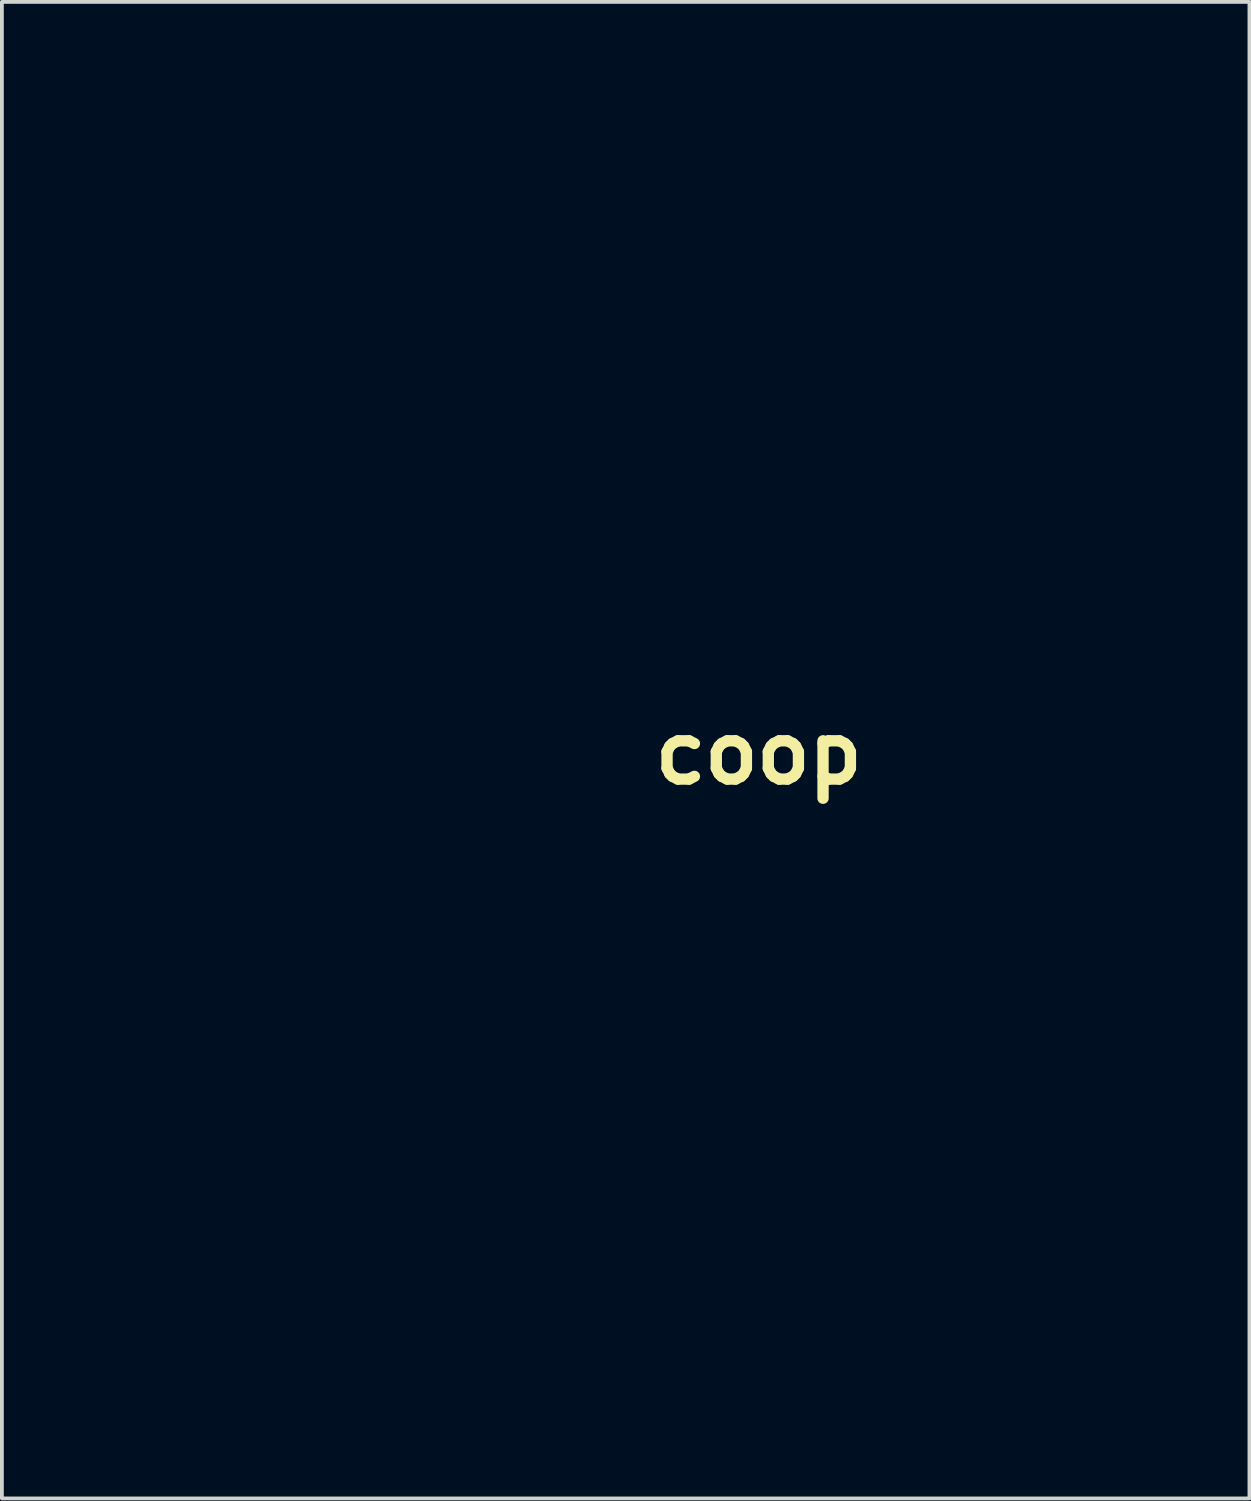
<source format=kicad_pcb>
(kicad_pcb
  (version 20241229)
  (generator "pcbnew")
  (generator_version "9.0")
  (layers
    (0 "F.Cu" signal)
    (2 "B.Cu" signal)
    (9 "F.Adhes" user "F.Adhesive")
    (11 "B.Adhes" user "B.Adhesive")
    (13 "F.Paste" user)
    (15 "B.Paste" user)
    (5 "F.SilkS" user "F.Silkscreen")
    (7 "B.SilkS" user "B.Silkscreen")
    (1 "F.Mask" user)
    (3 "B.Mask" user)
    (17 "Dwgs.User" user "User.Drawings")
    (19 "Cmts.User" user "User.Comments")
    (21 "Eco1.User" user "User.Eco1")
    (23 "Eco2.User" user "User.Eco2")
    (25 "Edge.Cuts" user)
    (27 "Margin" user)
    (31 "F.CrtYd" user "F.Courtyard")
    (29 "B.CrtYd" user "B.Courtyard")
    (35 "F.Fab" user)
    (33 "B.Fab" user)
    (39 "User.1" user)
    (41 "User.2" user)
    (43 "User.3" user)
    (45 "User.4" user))
  (footprint "coop"
    (layer "F.Cu")
    (at 17.069 16.92)
    (property "Reference" "coop" (at 0 0 0) (layer "F.SilkS") (effects (font (size 1.524 1.524) (thickness 0.3))))
    (attr through_hole)
    (fp_poly (pts (xy -16.933 -14.52) (xy -16.976 -14.478) (xy -17.018 -14.52) (xy -16.976 -14.563) (xy -16.933 -14.52)) (stroke (width 0.01) (type solid)) (fill yes) (layer "F.Mask"))
    (fp_poly (pts (xy -16.933 -2.074) (xy -16.976 -2.032) (xy -17.018 -2.074) (xy -16.976 -2.117) (xy -16.933 -2.074)) (stroke (width 0.01) (type solid)) (fill yes) (layer "F.Mask"))
    (fp_poly (pts (xy -15.409 -3.006) (xy -15.452 -2.963) (xy -15.494 -3.006) (xy -15.452 -3.048) (xy -15.409 -3.006)) (stroke (width 0.01) (type solid)) (fill yes) (layer "F.Mask"))
    (fp_poly (pts (xy -15.155 -6.054) (xy -15.198 -6.011) (xy -15.24 -6.054) (xy -15.198 -6.096) (xy -15.155 -6.054)) (stroke (width 0.01) (type solid)) (fill yes) (layer "F.Mask"))
    (fp_poly (pts (xy -14.563 -10.033) (xy -14.605 -9.991) (xy -14.647 -10.033) (xy -14.605 -10.075) (xy -14.563 -10.033)) (stroke (width 0.01) (type solid)) (fill yes) (layer "F.Mask"))
    (fp_poly (pts (xy -14.478 -7.493) (xy -14.52 -7.451) (xy -14.563 -7.493) (xy -14.52 -7.535) (xy -14.478 -7.493)) (stroke (width 0.01) (type solid)) (fill yes) (layer "F.Mask"))
    (fp_poly (pts (xy -14.309 -8.17) (xy -14.351 -8.128) (xy -14.393 -8.17) (xy -14.351 -8.213) (xy -14.309 -8.17)) (stroke (width 0.01) (type solid)) (fill yes) (layer "F.Mask"))
    (fp_poly (pts (xy -14.139 -7.747) (xy -14.182 -7.705) (xy -14.224 -7.747) (xy -14.182 -7.789) (xy -14.139 -7.747)) (stroke (width 0.01) (type solid)) (fill yes) (layer "F.Mask"))
    (fp_poly (pts (xy -13.97 -8.001) (xy -14.012 -7.959) (xy -14.055 -8.001) (xy -14.012 -8.043) (xy -13.97 -8.001)) (stroke (width 0.01) (type solid)) (fill yes) (layer "F.Mask"))
    (fp_poly (pts (xy -13.123 -16.214) (xy -13.166 -16.171) (xy -13.208 -16.214) (xy -13.166 -16.256) (xy -13.123 -16.214)) (stroke (width 0.01) (type solid)) (fill yes) (layer "F.Mask"))
    (fp_poly (pts (xy -10.837 -14.859) (xy -10.88 -14.817) (xy -10.922 -14.859) (xy -10.88 -14.901) (xy -10.837 -14.859)) (stroke (width 0.01) (type solid)) (fill yes) (layer "F.Mask"))
    (fp_poly (pts (xy 1.016 7.662) (xy 0.974 7.705) (xy 0.931 7.662) (xy 0.974 7.62) (xy 1.016 7.662)) (stroke (width 0.01) (type solid)) (fill yes) (layer "F.Mask"))
    (fp_poly (pts (xy 1.185 8.001) (xy 1.143 8.043) (xy 1.101 8.001) (xy 1.143 7.959) (xy 1.185 8.001)) (stroke (width 0.01) (type solid)) (fill yes) (layer "F.Mask"))
    (fp_poly (pts (xy 1.947 0.55) (xy 1.905 0.593) (xy 1.863 0.55) (xy 1.905 0.508) (xy 1.947 0.55)) (stroke (width 0.01) (type solid)) (fill yes) (layer "F.Mask"))
    (fp_poly (pts (xy 2.709 4.53) (xy 2.667 4.572) (xy 2.625 4.53) (xy 2.667 4.487) (xy 2.709 4.53)) (stroke (width 0.01) (type solid)) (fill yes) (layer "F.Mask"))
    (fp_poly (pts (xy 3.556 -7.07) (xy 3.514 -7.027) (xy 3.471 -7.07) (xy 3.514 -7.112) (xy 3.556 -7.07)) (stroke (width 0.01) (type solid)) (fill yes) (layer "F.Mask"))
    (fp_poly (pts (xy -15.353 -16.905) (xy -15.365 -16.855) (xy -15.409 -16.849) (xy -15.479 -16.88) (xy -15.466 -16.905) (xy -15.365 -16.915) (xy -15.353 -16.905)) (stroke (width 0.01) (type solid)) (fill yes) (layer "F.Mask"))
    (fp_poly (pts (xy -15.184 -14.026) (xy -15.195 -13.976) (xy -15.24 -13.97) (xy -15.31 -14.001) (xy -15.296 -14.026) (xy -15.196 -14.037) (xy -15.184 -14.026)) (stroke (width 0.01) (type solid)) (fill yes) (layer "F.Mask"))
    (fp_poly (pts (xy -14.676 -9.2) (xy -14.687 -9.15) (xy -14.732 -9.144) (xy -14.802 -9.175) (xy -14.788 -9.2) (xy -14.688 -9.211) (xy -14.676 -9.2)) (stroke (width 0.01) (type solid)) (fill yes) (layer "F.Mask"))
    (fp_poly (pts (xy -14.591 -16.82) (xy -14.581 -16.72) (xy -14.591 -16.708) (xy -14.641 -16.719) (xy -14.647 -16.764) (xy -14.616 -16.834) (xy -14.591 -16.82)) (stroke (width 0.01) (type solid)) (fill yes) (layer "F.Mask"))
    (fp_poly (pts (xy -14.506 -10.809) (xy -14.496 -10.709) (xy -14.506 -10.696) (xy -14.557 -10.708) (xy -14.563 -10.753) (xy -14.532 -10.822) (xy -14.506 -10.809)) (stroke (width 0.01) (type solid)) (fill yes) (layer "F.Mask"))
    (fp_poly (pts (xy -14.337 -8.692) (xy -14.327 -8.592) (xy -14.337 -8.58) (xy -14.387 -8.591) (xy -14.393 -8.636) (xy -14.362 -8.706) (xy -14.337 -8.692)) (stroke (width 0.01) (type solid)) (fill yes) (layer "F.Mask"))
    (fp_poly (pts (xy -14.083 -6.83) (xy -14.095 -6.779) (xy -14.139 -6.773) (xy -14.209 -6.804) (xy -14.196 -6.83) (xy -14.095 -6.84) (xy -14.083 -6.83)) (stroke (width 0.01) (type solid)) (fill yes) (layer "F.Mask"))
    (fp_poly (pts (xy -11.795 -14.833) (xy -11.785 -14.7) (xy -11.802 -14.67) (xy -11.841 -14.696) (xy -11.847 -14.781) (xy -11.826 -14.872) (xy -11.795 -14.833)) (stroke (width 0.01) (type solid)) (fill yes) (layer "F.Mask"))
    (fp_poly (pts (xy 1.665 8.495) (xy 1.675 8.595) (xy 1.665 8.608) (xy 1.615 8.596) (xy 1.609 8.551) (xy 1.64 8.482) (xy 1.665 8.495)) (stroke (width 0.01) (type solid)) (fill yes) (layer "F.Mask"))
    (fp_poly (pts (xy 2.004 3.161) (xy 2.014 3.261) (xy 2.004 3.274) (xy 1.953 3.262) (xy 1.947 3.217) (xy 1.978 3.148) (xy 2.004 3.161)) (stroke (width 0.01) (type solid)) (fill yes) (layer "F.Mask"))
    (fp_poly (pts (xy 3.528 10.95) (xy 3.538 11.051) (xy 3.528 11.063) (xy 3.477 11.051) (xy 3.471 11.007) (xy 3.502 10.937) (xy 3.528 10.95)) (stroke (width 0.01) (type solid)) (fill yes) (layer "F.Mask"))
    (fp_poly (pts (xy 6.322 6.04) (xy 6.332 6.14) (xy 6.322 6.152) (xy 6.271 6.141) (xy 6.265 6.096) (xy 6.296 6.026) (xy 6.322 6.04)) (stroke (width 0.01) (type solid)) (fill yes) (layer "F.Mask"))
    (fp_poly (pts (xy -16.896 -5.367) (xy -16.814 -5.263) (xy -16.821 -5.2) (xy -16.909 -5.088) (xy -16.992 -5.125) (xy -17.018 -5.247) (xy -16.976 -5.369) (xy -16.896 -5.367)) (stroke (width 0.01) (type solid)) (fill yes) (layer "F.Mask"))
    (fp_poly (pts (xy -16.767 -7.05) (xy -16.735 -6.989) (xy -16.713 -6.869) (xy -16.77 -6.893) (xy -16.81 -6.948) (xy -16.836 -7.059) (xy -16.825 -7.079) (xy -16.767 -7.05)) (stroke (width 0.01) (type solid)) (fill yes) (layer "F.Mask"))
    (fp_poly (pts (xy -15.871 -4.347) (xy -15.789 -4.267) (xy -15.796 -4.224) (xy -15.869 -4.154) (xy -15.933 -4.238) (xy -15.946 -4.271) (xy -15.942 -4.357) (xy -15.871 -4.347)) (stroke (width 0.01) (type solid)) (fill yes) (layer "F.Mask"))
    (fp_poly (pts (xy -15.278 -9.68) (xy -15.292 -9.614) (xy -15.361 -9.495) (xy -15.405 -9.515) (xy -15.409 -9.562) (xy -15.348 -9.677) (xy -15.326 -9.694) (xy -15.278 -9.68)) (stroke (width 0.01) (type solid)) (fill yes) (layer "F.Mask"))
    (fp_poly (pts (xy -14.609 -12.648) (xy -14.49 -12.579) (xy -14.51 -12.535) (xy -14.558 -12.531) (xy -14.672 -12.592) (xy -14.689 -12.614) (xy -14.675 -12.662) (xy -14.609 -12.648)) (stroke (width 0.01) (type solid)) (fill yes) (layer "F.Mask"))
    (fp_poly (pts (xy 1.426 8.247) (xy 1.517 8.332) (xy 1.498 8.381) (xy 1.487 8.382) (xy 1.415 8.322) (xy 1.389 8.284) (xy 1.379 8.226) (xy 1.426 8.247)) (stroke (width 0.01) (type solid)) (fill yes) (layer "F.Mask"))
    (fp_poly (pts (xy 1.85 8.67) (xy 1.94 8.755) (xy 1.922 8.805) (xy 1.91 8.805) (xy 1.838 8.745) (xy 1.812 8.708) (xy 1.802 8.65) (xy 1.85 8.67)) (stroke (width 0.01) (type solid)) (fill yes) (layer "F.Mask"))
    (fp_poly (pts (xy -16.837 -4.788) (xy -16.791 -4.596) (xy -16.804 -4.526) (xy -16.885 -4.539) (xy -16.9 -4.544) (xy -16.955 -4.643) (xy -16.949 -4.808) (xy -16.904 -5.038) (xy -16.837 -4.788)) (stroke (width 0.01) (type solid)) (fill yes) (layer "F.Mask"))
    (fp_poly (pts (xy -16.246 -6.967) (xy -16.18 -6.829) (xy -16.185 -6.775) (xy -16.252 -6.723) (xy -16.279 -6.74) (xy -16.335 -6.872) (xy -16.341 -6.931) (xy -16.314 -7.012) (xy -16.246 -6.967)) (stroke (width 0.01) (type solid)) (fill yes) (layer "F.Mask"))
    (fp_poly (pts (xy -16.127 -6.119) (xy -16.141 -6.054) (xy -16.201 -5.942) (xy -16.223 -5.927) (xy -16.252 -5.996) (xy -16.256 -6.054) (xy -16.212 -6.166) (xy -16.174 -6.181) (xy -16.127 -6.119)) (stroke (width 0.01) (type solid)) (fill yes) (layer "F.Mask"))
    (fp_poly (pts (xy -16.004 -4.939) (xy -16.002 -4.925) (xy -16.071 -4.862) (xy -16.125 -4.854) (xy -16.211 -4.891) (xy -16.205 -4.925) (xy -16.093 -4.995) (xy -16.082 -4.995) (xy -16.004 -4.939)) (stroke (width 0.01) (type solid)) (fill yes) (layer "F.Mask"))
    (fp_poly (pts (xy -15.523 -3.335) (xy -15.536 -3.302) (xy -15.612 -3.221) (xy -15.626 -3.217) (xy -15.662 -3.283) (xy -15.663 -3.302) (xy -15.598 -3.383) (xy -15.574 -3.387) (xy -15.523 -3.335)) (stroke (width 0.01) (type solid)) (fill yes) (layer "F.Mask"))
    (fp_poly (pts (xy -15.339 -6.135) (xy -15.325 -6.096) (xy -15.393 -6.021) (xy -15.452 -6.011) (xy -15.564 -6.057) (xy -15.579 -6.096) (xy -15.51 -6.171) (xy -15.452 -6.181) (xy -15.339 -6.135)) (stroke (width 0.01) (type solid)) (fill yes) (layer "F.Mask"))
    (fp_poly (pts (xy -15.328 -15.256) (xy -15.325 -15.198) (xy -15.369 -15.085) (xy -15.407 -15.071) (xy -15.453 -15.133) (xy -15.44 -15.198) (xy -15.38 -15.309) (xy -15.358 -15.325) (xy -15.328 -15.256)) (stroke (width 0.01) (type solid)) (fill yes) (layer "F.Mask"))
    (fp_poly (pts (xy -14.651 -9.837) (xy -14.647 -9.779) (xy -14.692 -9.666) (xy -14.729 -9.652) (xy -14.776 -9.714) (xy -14.763 -9.779) (xy -14.703 -9.89) (xy -14.681 -9.906) (xy -14.651 -9.837)) (stroke (width 0.01) (type solid)) (fill yes) (layer "F.Mask"))
    (fp_poly (pts (xy -14.481 -6.712) (xy -14.478 -6.689) (xy -14.507 -6.606) (xy -14.515 -6.604) (xy -14.588 -6.663) (xy -14.605 -6.689) (xy -14.598 -6.767) (xy -14.568 -6.773) (xy -14.481 -6.712)) (stroke (width 0.01) (type solid)) (fill yes) (layer "F.Mask"))
    (fp_poly (pts (xy -14.312 -7.897) (xy -14.309 -7.874) (xy -14.338 -7.792) (xy -14.346 -7.789) (xy -14.418 -7.849) (xy -14.436 -7.874) (xy -14.429 -7.952) (xy -14.398 -7.959) (xy -14.312 -7.897)) (stroke (width 0.01) (type solid)) (fill yes) (layer "F.Mask"))
    (fp_poly (pts (xy -13.01 -14.738) (xy -12.972 -14.583) (xy -13.01 -14.463) (xy -13.068 -14.35) (xy -13.091 -14.377) (xy -13.095 -14.548) (xy -13.076 -14.728) (xy -13.018 -14.744) (xy -13.01 -14.738)) (stroke (width 0.01) (type solid)) (fill yes) (layer "F.Mask"))
    (fp_poly (pts (xy -11.869 -12.317) (xy -11.853 -12.277) (xy -11.914 -12.194) (xy -11.933 -12.192) (xy -12.048 -12.254) (xy -12.065 -12.277) (xy -12.046 -12.349) (xy -11.985 -12.361) (xy -11.869 -12.317)) (stroke (width 0.01) (type solid)) (fill yes) (layer "F.Mask"))
    (fp_poly (pts (xy -5.033 -16.29) (xy -5.08 -16.214) (xy -5.18 -16.109) (xy -5.215 -16.087) (xy -5.216 -16.151) (xy -5.195 -16.214) (xy -5.106 -16.326) (xy -5.061 -16.341) (xy -5.033 -16.29)) (stroke (width 0.01) (type solid)) (fill yes) (layer "F.Mask"))
    (fp_poly (pts (xy 6.646 2.818) (xy 6.668 2.857) (xy 6.628 2.942) (xy 6.519 2.963) (xy 6.385 2.924) (xy 6.371 2.857) (xy 6.475 2.759) (xy 6.519 2.752) (xy 6.646 2.818)) (stroke (width 0.01) (type solid)) (fill yes) (layer "F.Mask"))
    (fp_poly (pts (xy -16.94 -12.496) (xy -16.933 -12.375) (xy -16.955 -12.191) (xy -17.006 -12.108) (xy -17.011 -12.107) (xy -17.06 -12.179) (xy -17.064 -12.322) (xy -17.024 -12.524) (xy -16.975 -12.585) (xy -16.94 -12.496)) (stroke (width 0.01) (type solid)) (fill yes) (layer "F.Mask"))
    (fp_poly (pts (xy -15.428 -16.742) (xy -15.359 -16.666) (xy -15.349 -16.608) (xy -15.389 -16.624) (xy -15.495 -16.614) (xy -15.522 -16.574) (xy -15.56 -16.543) (xy -15.572 -16.616) (xy -15.531 -16.746) (xy -15.428 -16.742)) (stroke (width 0.01) (type solid)) (fill yes) (layer "F.Mask"))
    (fp_poly (pts (xy -14.095 -10.205) (xy -14.089 -10.034) (xy -14.11 -9.816) (xy -14.163 -9.743) (xy -14.235 -9.825) (xy -14.269 -9.915) (xy -14.264 -10.125) (xy -14.207 -10.213) (xy -14.129 -10.269) (xy -14.095 -10.205)) (stroke (width 0.01) (type solid)) (fill yes) (layer "F.Mask"))
    (fp_poly (pts (xy -14.003 -11.388) (xy -13.921 -11.277) (xy -13.834 -11.11) (xy -13.82 -10.993) (xy -13.875 -10.966) (xy -13.95 -11.02) (xy -14.039 -11.19) (xy -14.055 -11.296) (xy -14.047 -11.408) (xy -14.003 -11.388)) (stroke (width 0.01) (type solid)) (fill yes) (layer "F.Mask"))
    (fp_poly (pts (xy 0.598 -7.394) (xy 0.636 -7.299) (xy 0.524 -7.205) (xy 0.517 -7.202) (xy 0.383 -7.152) (xy 0.34 -7.173) (xy 0.382 -7.295) (xy 0.421 -7.365) (xy 0.515 -7.444) (xy 0.598 -7.394)) (stroke (width 0.01) (type solid)) (fill yes) (layer "F.Mask"))
    (fp_poly (pts (xy 1.997 8.961) (xy 2.006 8.966) (xy 2.179 9.082) (xy 2.277 9.2) (xy 2.273 9.266) (xy 2.201 9.23) (xy 2.06 9.109) (xy 2.032 9.081) (xy 1.903 8.949) (xy 1.892 8.915) (xy 1.997 8.961)) (stroke (width 0.01) (type solid)) (fill yes) (layer "F.Mask"))
    (fp_poly (pts (xy 0.731 15.807) (xy 0.879 15.959) (xy 1.063 16.165) (xy 1.249 16.384) (xy 1.402 16.579) (xy 1.419 16.604) (xy 1.48 16.716) (xy 1.408 16.744) (xy 1.358 16.741) (xy 1.215 16.669) (xy 1.03 16.5) (xy 0.917 16.364) (xy 0.737 16.098) (xy 0.634 15.89) (xy 0.62 15.768) (xy 0.656 15.748) (xy 0.731 15.807)) (stroke (width 0.01) (type solid)) (fill yes) (layer "F.Mask"))
    (fp_poly (pts (xy 2.147 1.58) (xy 2.212 1.644) (xy 2.149 1.721) (xy 2.036 1.791) (xy 1.873 1.873) (xy 1.813 1.86) (xy 1.813 1.81) (xy 1.885 1.651) (xy 2.032 1.651) (xy 2.074 1.693) (xy 2.117 1.651) (xy 2.074 1.609) (xy 2.032 1.651) (xy 1.885 1.651) (xy 1.896 1.627) (xy 2.045 1.554) (xy 2.147 1.58)) (stroke (width 0.01) (type solid)) (fill yes) (layer "F.Mask"))
    (fp_poly (pts (xy -0.927 15.291) (xy -0.81 15.369) (xy -0.695 15.538) (xy -0.621 15.804) (xy -0.591 16.108) (xy -0.609 16.393) (xy -0.679 16.601) (xy -0.725 16.651) (xy -0.888 16.752) (xy -0.997 16.758) (xy -1.061 16.651) (xy -1.092 16.412) (xy -1.101 16.024) (xy -1.101 16.002) (xy -1.094 15.667) (xy -1.077 15.407) (xy -1.051 15.261) (xy -1.037 15.243) (xy -0.927 15.291)) (stroke (width 0.01) (type solid)) (fill yes) (layer "F.Mask"))
    (fp_poly (pts (xy 7.147 10.304) (xy 7.2 10.331) (xy 7.395 10.379) (xy 7.65 10.379) (xy 7.685 10.374) (xy 7.867 10.354) (xy 7.896 10.372) (xy 7.832 10.407) (xy 7.602 10.477) (xy 7.472 10.493) (xy 7.33 10.512) (xy 7.296 10.578) (xy 7.37 10.72) (xy 7.493 10.887) (xy 7.647 11.103) (xy 7.698 11.218) (xy 7.654 11.259) (xy 7.628 11.261) (xy 7.545 11.193) (xy 7.419 11.022) (xy 7.345 10.901) (xy 7.211 10.656) (xy 7.11 10.452) (xy 7.085 10.391) (xy 7.066 10.289) (xy 7.147 10.304)) (stroke (width 0.01) (type solid)) (fill yes) (layer "F.Mask"))
    (fp_poly (pts (xy 0.752 12.993) (xy 0.905 13.136) (xy 1.145 13.403) (xy 1.466 13.785) (xy 1.826 14.231) (xy 2.39 14.946) (xy 2.842 15.538) (xy 3.185 16.008) (xy 3.42 16.358) (xy 3.547 16.59) (xy 3.57 16.708) (xy 3.56 16.719) (xy 3.477 16.68) (xy 3.331 16.53) (xy 3.154 16.301) (xy 3.138 16.279) (xy 2.928 15.991) (xy 2.653 15.633) (xy 2.362 15.265) (xy 2.237 15.113) (xy 1.711 14.467) (xy 1.292 13.931) (xy 0.982 13.509) (xy 0.782 13.204) (xy 0.696 13.018) (xy 0.693 12.979) (xy 0.752 12.993)) (stroke (width 0.01) (type solid)) (fill yes) (layer "F.Mask"))
    (fp_poly (pts (xy 0.934 10.367) (xy 1.1 10.553) (xy 1.727 11.32) (xy 2.249 11.969) (xy 2.673 12.509) (xy 3.004 12.949) (xy 3.251 13.298) (xy 3.419 13.565) (xy 3.515 13.76) (xy 3.545 13.891) (xy 3.542 13.921) (xy 3.488 13.947) (xy 3.369 13.817) (xy 3.266 13.664) (xy 3.122 13.454) (xy 2.896 13.15) (xy 2.618 12.789) (xy 2.313 12.405) (xy 2.217 12.287) (xy 1.751 11.71) (xy 1.387 11.248) (xy 1.115 10.89) (xy 0.926 10.623) (xy 0.813 10.434) (xy 0.765 10.31) (xy 0.762 10.282) (xy 0.808 10.262) (xy 0.934 10.367)) (stroke (width 0.01) (type solid)) (fill yes) (layer "F.Mask"))
    (fp_poly (pts (xy 2.448 9.393) (xy 2.567 9.518) (xy 2.675 9.677) (xy 2.722 9.799) (xy 2.792 9.894) (xy 2.89 9.974) (xy 3.015 10.096) (xy 3.048 10.17) (xy 3.096 10.286) (xy 3.215 10.473) (xy 3.27 10.547) (xy 3.387 10.721) (xy 3.426 10.825) (xy 3.412 10.837) (xy 3.333 10.773) (xy 3.18 10.599) (xy 2.978 10.344) (xy 2.811 10.122) (xy 2.604 9.823) (xy 2.45 9.577) (xy 2.392 9.461) (xy 2.413 9.483) (xy 2.455 9.44) (xy 2.413 9.398) (xy 2.378 9.433) (xy 2.367 9.412) (xy 2.363 9.36) (xy 2.448 9.393)) (stroke (width 0.01) (type solid)) (fill yes) (layer "F.Mask"))
    (fp_poly (pts (xy 9.365 -1.001) (xy 9.474 -0.905) (xy 9.598 -0.679) (xy 9.724 -0.363) (xy 9.837 0.007) (xy 9.923 0.392) (xy 9.948 0.55) (xy 9.976 0.769) (xy 9.996 0.945) (xy 10.006 1.113) (xy 10.007 1.309) (xy 10 1.569) (xy 9.984 1.928) (xy 9.961 2.396) (xy 9.936 2.888) (xy 9.909 3.273) (xy 9.873 3.594) (xy 9.82 3.892) (xy 9.742 4.209) (xy 9.63 4.586) (xy 9.477 5.065) (xy 9.398 5.308) (xy 9.306 5.636) (xy 9.214 6.038) (xy 9.129 6.475) (xy 9.058 6.907) (xy 9.007 7.293) (xy 8.983 7.595) (xy 8.992 7.77) (xy 8.987 7.888) (xy 8.955 8.108) (xy 8.907 8.366) (xy 8.853 8.601) (xy 8.837 8.657) (xy 8.742 8.775) (xy 8.549 8.781) (xy 8.245 8.676) (xy 8.021 8.503) (xy 7.926 8.263) (xy 7.955 7.99) (xy 8.1 7.717) (xy 8.356 7.477) (xy 8.488 7.398) (xy 8.651 7.288) (xy 8.721 7.193) (xy 8.721 7.192) (xy 8.657 7.169) (xy 8.5 7.223) (xy 8.471 7.237) (xy 8.231 7.322) (xy 7.963 7.361) (xy 7.728 7.352) (xy 7.585 7.292) (xy 7.578 7.281) (xy 7.597 7.209) (xy 7.657 7.197) (xy 7.766 7.136) (xy 7.781 7.008) (xy 7.7 6.9) (xy 8.551 6.9) (xy 8.594 6.943) (xy 8.636 6.9) (xy 8.594 6.858) (xy 8.551 6.9) (xy 7.7 6.9) (xy 7.696 6.895) (xy 7.643 6.779) (xy 7.649 6.606) (xy 7.651 6.402) (xy 7.598 6.278) (xy 7.552 6.198) (xy 7.627 6.181) (xy 7.829 6.241) (xy 8.015 6.387) (xy 8.122 6.561) (xy 8.128 6.609) (xy 8.164 6.744) (xy 8.213 6.773) (xy 8.294 6.708) (xy 8.297 6.684) (xy 8.349 6.633) (xy 8.382 6.646) (xy 8.454 6.627) (xy 8.467 6.567) (xy 8.419 6.451) (xy 8.375 6.435) (xy 8.309 6.376) (xy 8.313 6.344) (xy 8.299 6.267) (xy 8.215 6.132) (xy 8.047 5.925) (xy 7.786 5.633) (xy 7.77 5.615) (xy 8.492 5.615) (xy 8.55 5.713) (xy 8.655 5.805) (xy 8.698 5.808) (xy 8.706 5.708) (xy 8.678 5.586) (xy 8.608 5.464) (xy 8.53 5.491) (xy 8.492 5.615) (xy 7.77 5.615) (xy 7.42 5.24) (xy 7.255 5.066) (xy 6.92 4.704) (xy 6.698 4.433) (xy 6.575 4.235) (xy 6.538 4.089) (xy 6.552 4.016) (xy 6.598 3.968) (xy 6.698 3.975) (xy 6.877 4.044) (xy 7.161 4.186) (xy 7.397 4.312) (xy 7.853 4.55) (xy 8.17 4.693) (xy 8.348 4.738) (xy 8.389 4.684) (xy 8.296 4.528) (xy 8.069 4.268) (xy 7.711 3.901) (xy 7.705 3.895) (xy 7.372 3.552) (xy 7.159 3.296) (xy 7.049 3.11) (xy 7.027 3.008) (xy 7.079 2.835) (xy 7.231 2.794) (xy 7.479 2.883) (xy 7.816 3.101) (xy 7.97 3.22) (xy 8.326 3.483) (xy 8.621 3.657) (xy 8.834 3.731) (xy 8.934 3.71) (xy 8.937 3.613) (xy 8.899 3.419) (xy 8.884 3.362) (xy 8.714 3.018) (xy 8.402 2.663) (xy 7.972 2.318) (xy 7.447 2.006) (xy 7.429 1.996) (xy 7.1 1.822) (xy 6.9 1.69) (xy 6.8 1.579) (xy 6.773 1.467) (xy 6.78 1.359) (xy 6.822 1.298) (xy 6.93 1.281) (xy 7.137 1.301) (xy 7.475 1.356) (xy 7.528 1.366) (xy 8.119 1.511) (xy 8.553 1.717) (xy 8.832 1.985) (xy 8.858 2.026) (xy 8.993 2.2) (xy 9.091 2.213) (xy 9.14 2.068) (xy 9.144 1.984) (xy 9.205 1.766) (xy 9.299 1.644) (xy 9.372 1.559) (xy 9.415 1.434) (xy 9.435 1.232) (xy 9.436 0.917) (xy 9.43 0.692) (xy 9.41 0.299) (xy 9.377 -0.064) (xy 9.337 -0.34) (xy 9.317 -0.423) (xy 9.239 -0.756) (xy 9.247 -0.948) (xy 9.341 -1.004) (xy 9.365 -1.001)) (stroke (width 0.01) (type solid)) (fill yes) (layer "F.Mask"))
    (fp_poly (pts (xy 3.237 -10.791) (xy 3.769 -10.657) (xy 4.199 -10.39) (xy 4.529 -9.989) (xy 4.762 -9.45) (xy 4.9 -8.773) (xy 4.921 -8.564) (xy 4.963 -8.151) (xy 5.015 -7.745) (xy 5.069 -7.415) (xy 5.086 -7.329) (xy 5.14 -6.966) (xy 5.157 -6.576) (xy 5.153 -6.453) (xy 5.141 -6.206) (xy 5.144 -6.045) (xy 5.153 -6.011) (xy 5.224 -6.067) (xy 5.375 -6.211) (xy 5.519 -6.356) (xy 5.722 -6.551) (xy 5.855 -6.631) (xy 5.952 -6.616) (xy 5.975 -6.599) (xy 6.079 -6.476) (xy 6.08 -6.395) (xy 5.983 -6.399) (xy 5.842 -6.378) (xy 5.761 -6.312) (xy 5.695 -6.174) (xy 5.756 -6.055) (xy 5.822 -5.889) (xy 5.812 -5.801) (xy 5.779 -5.68) (xy 5.812 -5.68) (xy 5.884 -5.779) (xy 5.97 -5.948) (xy 6.048 -6.11) (xy 6.084 -6.124) (xy 6.093 -6.038) (xy 6.054 -5.862) (xy 5.948 -5.588) (xy 5.797 -5.261) (xy 5.626 -4.928) (xy 5.455 -4.633) (xy 5.309 -4.422) (xy 5.261 -4.371) (xy 5.05 -4.24) (xy 4.812 -4.157) (xy 4.661 -4.115) (xy 4.566 -4.039) (xy 4.501 -3.886) (xy 4.438 -3.615) (xy 4.426 -3.557) (xy 4.301 -3.079) (xy 4.138 -2.654) (xy 3.955 -2.326) (xy 3.829 -2.18) (xy 3.703 -2.109) (xy 3.466 -2.003) (xy 3.168 -1.882) (xy 2.857 -1.765) (xy 2.581 -1.669) (xy 2.391 -1.615) (xy 2.348 -1.609) (xy 2.265 -1.654) (xy 2.091 -1.77) (xy 1.957 -1.865) (xy 1.7 -2.027) (xy 1.452 -2.143) (xy 1.36 -2.171) (xy 1.206 -2.217) (xy 1.141 -2.309) (xy 1.133 -2.502) (xy 1.137 -2.57) (xy 1.167 -2.803) (xy 1.236 -2.909) (xy 1.319 -2.931) (xy 1.506 -2.967) (xy 1.717 -3.041) (xy 1.906 -3.132) (xy 2.029 -3.217) (xy 2.044 -3.275) (xy 2.032 -3.281) (xy 1.856 -3.346) (xy 1.693 -3.408) (xy 1.482 -3.489) (xy 1.669 -3.561) (xy 1.873 -3.579) (xy 2.162 -3.535) (xy 2.471 -3.449) (xy 2.735 -3.336) (xy 2.861 -3.247) (xy 2.996 -3.174) (xy 3.062 -3.198) (xy 3.106 -3.338) (xy 3.025 -3.488) (xy 2.849 -3.598) (xy 2.806 -3.61) (xy 2.577 -3.691) (xy 2.326 -3.816) (xy 2.313 -3.824) (xy 2.036 -3.944) (xy 1.744 -4.009) (xy 1.74 -4.009) (xy 1.449 -4.063) (xy 1.315 -4.172) (xy 1.332 -4.342) (xy 1.386 -4.441) (xy 1.493 -4.565) (xy 1.603 -4.648) (xy 1.676 -4.668) (xy 1.669 -4.602) (xy 1.656 -4.58) (xy 1.641 -4.445) (xy 1.696 -4.299) (xy 1.784 -4.233) (xy 1.829 -4.308) (xy 1.847 -4.491) (xy 1.846 -4.53) (xy 4.741 -4.53) (xy 4.784 -4.487) (xy 4.826 -4.53) (xy 4.784 -4.572) (xy 4.741 -4.53) (xy 1.846 -4.53) (xy 1.846 -4.537) (xy 1.875 -4.751) (xy 1.959 -4.915) (xy 2.066 -5.001) (xy 2.165 -4.981) (xy 2.216 -4.874) (xy 2.258 -4.797) (xy 2.355 -4.836) (xy 2.402 -4.87) (xy 2.513 -5.022) (xy 2.478 -5.164) (xy 2.32 -5.245) (xy 2.257 -5.249) (xy 2.034 -5.307) (xy 1.892 -5.49) (xy 1.847 -5.711) (xy 5.188 -5.711) (xy 5.198 -5.622) (xy 5.259 -5.437) (xy 5.306 -5.265) (xy 5.362 -5.043) (xy 5.452 -5.246) (xy 5.5 -5.411) (xy 5.443 -5.481) (xy 5.38 -5.574) (xy 5.39 -5.636) (xy 5.371 -5.739) (xy 5.292 -5.757) (xy 5.188 -5.711) (xy 1.847 -5.711) (xy 1.826 -5.812) (xy 1.818 -6.003) (xy 1.812 -6.628) (xy 1.804 -7.106) (xy 1.79 -7.457) (xy 1.769 -7.703) (xy 1.743 -7.833) (xy 2.317 -7.833) (xy 2.317 -7.66) (xy 2.349 -7.598) (xy 2.424 -7.462) (xy 2.525 -7.228) (xy 2.585 -7.07) (xy 2.723 -6.723) (xy 2.847 -6.519) (xy 2.985 -6.44) (xy 3.167 -6.464) (xy 3.348 -6.537) (xy 3.488 -6.624) (xy 3.46 -6.684) (xy 3.458 -6.685) (xy 3.407 -6.748) (xy 3.484 -6.867) (xy 3.533 -6.917) (xy 3.681 -7.036) (xy 3.783 -7.033) (xy 3.834 -6.992) (xy 4.005 -6.875) (xy 4.131 -6.821) (xy 4.282 -6.81) (xy 4.317 -6.891) (xy 4.243 -7.038) (xy 4.064 -7.226) (xy 4.043 -7.244) (xy 3.768 -7.476) (xy 4.022 -7.433) (xy 4.258 -7.38) (xy 4.424 -7.327) (xy 4.55 -7.301) (xy 4.565 -7.364) (xy 4.477 -7.489) (xy 4.3 -7.65) (xy 4.292 -7.656) (xy 4.134 -7.759) (xy 3.959 -7.829) (xy 3.722 -7.873) (xy 3.379 -7.905) (xy 3.189 -7.916) (xy 2.801 -7.935) (xy 2.549 -7.934) (xy 2.404 -7.911) (xy 2.333 -7.863) (xy 2.317 -7.833) (xy 1.743 -7.833) (xy 1.737 -7.865) (xy 1.692 -7.965) (xy 1.631 -8.024) (xy 1.577 -8.054) (xy 1.531 -8.093) (xy 2.123 -8.093) (xy 2.139 -7.983) (xy 2.168 -7.982) (xy 2.188 -8.095) (xy 2.175 -8.144) (xy 2.137 -8.176) (xy 2.123 -8.093) (xy 1.531 -8.093) (xy 1.384 -8.216) (xy 1.199 -8.494) (xy 1.045 -8.836) (xy 0.947 -9.19) (xy 0.926 -9.483) (xy 0.934 -9.692) (xy 0.939 -9.984) (xy 0.939 -10.135) (xy 0.953 -10.395) (xy 0.991 -10.579) (xy 1.023 -10.63) (xy 1.15 -10.665) (xy 1.387 -10.698) (xy 1.592 -10.717) (xy 1.963 -10.744) (xy 2.381 -10.777) (xy 2.6 -10.796) (xy 3.237 -10.791)) (stroke (width 0.01) (type solid)) (fill yes) (layer "F.Mask"))
    (fp_poly (pts (xy 3.617 -1.745) (xy 3.609 -1.656) (xy 3.552 -1.479) (xy 3.549 -1.472) (xy 3.49 -1.24) (xy 3.432 -0.849) (xy 3.374 -0.309) (xy 3.32 0.37) (xy 3.269 1.177) (xy 3.25 1.524) (xy 3.23 2.011) (xy 3.229 2.369) (xy 3.25 2.64) (xy 3.295 2.863) (xy 3.333 2.987) (xy 3.408 3.294) (xy 3.452 3.704) (xy 3.471 4.246) (xy 3.471 4.406) (xy 3.468 4.797) (xy 3.458 5.118) (xy 3.444 5.337) (xy 3.426 5.419) (xy 3.426 5.419) (xy 3.272 5.354) (xy 3.092 5.199) (xy 2.943 5.012) (xy 2.879 4.851) (xy 2.879 4.849) (xy 2.841 4.649) (xy 2.745 4.393) (xy 2.709 4.318) (xy 2.602 4.055) (xy 2.543 3.809) (xy 2.54 3.756) (xy 2.54 3.526) (xy 2.751 3.725) (xy 2.904 3.846) (xy 3.003 3.881) (xy 3.009 3.877) (xy 3.013 3.78) (xy 2.986 3.555) (xy 2.933 3.24) (xy 2.889 3.013) (xy 2.713 2.337) (xy 2.491 1.819) (xy 2.218 1.453) (xy 1.889 1.232) (xy 1.498 1.149) (xy 1.37 1.15) (xy 1.111 1.191) (xy 0.93 1.272) (xy 0.905 1.297) (xy 0.802 1.429) (xy 0.633 1.644) (xy 0.451 1.877) (xy 0.259 2.135) (xy 0.154 2.33) (xy 0.114 2.527) (xy 0.112 2.791) (xy 0.112 2.793) (xy 0.132 3.073) (xy 0.179 3.223) (xy 0.265 3.284) (xy 0.279 3.287) (xy 0.366 3.286) (xy 0.401 3.214) (xy 0.392 3.032) (xy 0.374 2.886) (xy 0.353 2.6) (xy 0.393 2.473) (xy 0.499 2.499) (xy 0.678 2.676) (xy 0.712 2.716) (xy 0.885 3.012) (xy 0.93 3.245) (xy 0.905 3.524) (xy 0.841 3.872) (xy 0.755 4.222) (xy 0.661 4.507) (xy 0.611 4.614) (xy 0.552 4.696) (xy 0.521 4.659) (xy 0.51 4.48) (xy 0.509 4.403) (xy 0.497 4.179) (xy 0.464 4.109) (xy 0.422 4.149) (xy 0.381 4.31) (xy 0.381 4.552) (xy 0.389 4.621) (xy 0.397 4.839) (xy 0.383 5.178) (xy 0.35 5.593) (xy 0.3 6.036) (xy 0.3 6.04) (xy 0.22 6.863) (xy 0.184 7.782) (xy 0.185 8.616) (xy 0.192 9.177) (xy 0.191 9.605) (xy 0.178 9.934) (xy 0.151 10.201) (xy 0.108 10.441) (xy 0.044 10.689) (xy 0.02 10.775) (xy -0.112 11.307) (xy -0.162 11.721) (xy -0.134 12.047) (xy -0.072 12.228) (xy -0.023 12.402) (xy -0.048 12.604) (xy -0.123 12.829) (xy -0.224 13.225) (xy -0.209 13.488) (xy -0.155 13.852) (xy -0.146 14.232) (xy -0.18 14.575) (xy -0.252 14.83) (xy -0.3 14.906) (xy -0.521 15.038) (xy -0.797 15.062) (xy -1.016 14.988) (xy -1.089 14.88) (xy -1.143 14.65) (xy -1.181 14.276) (xy -1.189 14.164) (xy -1.211 13.728) (xy -1.212 13.436) (xy -1.188 13.264) (xy -1.132 13.186) (xy -1.042 13.178) (xy -1.007 13.186) (xy -0.9 13.199) (xy -0.887 13.128) (xy -0.935 12.986) (xy -1.044 12.761) (xy -1.151 12.607) (xy -1.206 12.491) (xy -1.253 12.265) (xy -1.296 11.911) (xy -1.335 11.412) (xy -1.356 11.082) (xy -1.396 10.482) (xy -1.447 9.815) (xy -1.503 9.156) (xy -1.558 8.576) (xy -1.569 8.467) (xy -1.619 8.012) (xy -1.681 7.467) (xy -1.753 6.854) (xy -1.832 6.193) (xy -1.914 5.506) (xy -1.999 4.814) (xy -2.082 4.139) (xy -2.162 3.502) (xy -2.235 2.924) (xy -2.3 2.427) (xy -2.353 2.031) (xy -2.391 1.758) (xy -2.413 1.63) (xy -2.415 1.626) (xy -2.409 1.568) (xy -2.3 1.623) (xy -2.274 1.642) (xy -2.142 1.77) (xy -1.966 1.987) (xy -1.778 2.247) (xy -1.607 2.506) (xy -1.484 2.722) (xy -1.44 2.844) (xy -1.382 2.966) (xy -1.27 3.09) (xy -1.141 3.262) (xy -1.101 3.4) (xy -1.063 3.53) (xy -1.016 3.556) (xy -0.951 3.534) (xy -0.948 3.452) (xy -1.017 3.291) (xy -1.165 3.027) (xy -1.342 2.737) (xy -1.534 2.418) (xy -1.694 2.131) (xy -1.798 1.921) (xy -1.819 1.867) (xy -1.857 1.728) (xy -1.818 1.71) (xy -1.672 1.799) (xy -1.667 1.802) (xy -1.352 1.911) (xy -1.111 1.912) (xy -0.848 1.878) (xy -0.691 1.813) (xy -0.618 1.683) (xy -0.608 1.451) (xy -0.632 1.141) (xy -0.659 0.819) (xy -0.656 0.612) (xy -0.612 0.467) (xy -0.516 0.331) (xy -0.443 0.248) (xy -0.195 -0.029) (xy 0.432 0.443) (xy 0.733 0.655) (xy 1.008 0.824) (xy 1.213 0.923) (xy 1.27 0.939) (xy 1.46 0.907) (xy 1.734 0.8) (xy 2.041 0.643) (xy 2.33 0.464) (xy 2.55 0.288) (xy 2.58 0.256) (xy 2.671 0.149) (xy 2.649 0.128) (xy 2.493 0.181) (xy 2.465 0.192) (xy 2.286 0.277) (xy 2.202 0.352) (xy 2.201 0.357) (xy 2.131 0.413) (xy 2.053 0.422) (xy 1.959 0.406) (xy 2.022 0.347) (xy 2.091 0.228) (xy 2.072 0.165) (xy 2.062 0.094) (xy 2.185 0.105) (xy 2.193 0.107) (xy 2.319 0.127) (xy 2.308 0.07) (xy 2.28 0.036) (xy 2.136 -0.068) (xy 2.064 -0.085) (xy 1.974 -0.1) (xy 1.959 -0.171) (xy 2.02 -0.335) (xy 2.084 -0.474) (xy 2.202 -0.662) (xy 2.321 -0.758) (xy 2.342 -0.762) (xy 2.418 -0.771) (xy 2.505 -0.812) (xy 2.63 -0.904) (xy 2.82 -1.069) (xy 3.103 -1.327) (xy 3.154 -1.374) (xy 3.372 -1.568) (xy 3.537 -1.701) (xy 3.616 -1.746) (xy 3.617 -1.745)) (stroke (width 0.01) (type solid)) (fill yes) (layer "F.Mask")))
  (gr_rect
    (start -3 -3)
    (end 30.081 36.683)
    (stroke (width 0.1) (type default))
    (fill no)
    (layer "Edge.Cuts")))
</source>
